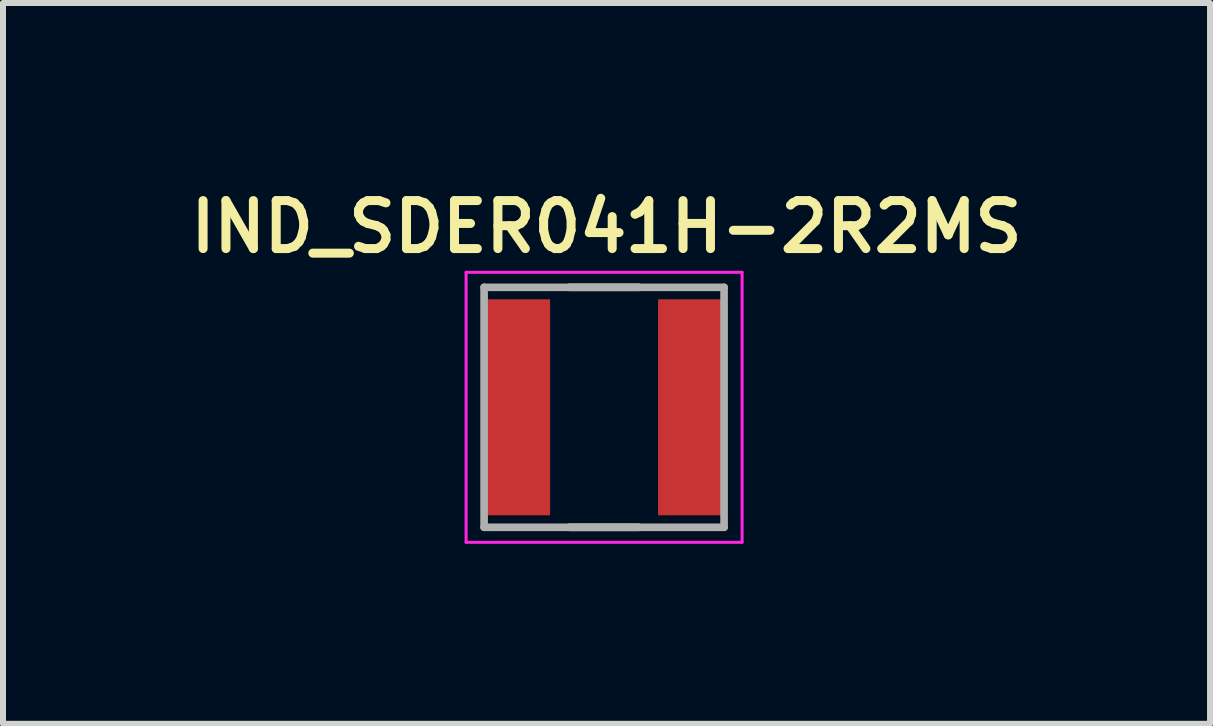
<source format=kicad_pcb>
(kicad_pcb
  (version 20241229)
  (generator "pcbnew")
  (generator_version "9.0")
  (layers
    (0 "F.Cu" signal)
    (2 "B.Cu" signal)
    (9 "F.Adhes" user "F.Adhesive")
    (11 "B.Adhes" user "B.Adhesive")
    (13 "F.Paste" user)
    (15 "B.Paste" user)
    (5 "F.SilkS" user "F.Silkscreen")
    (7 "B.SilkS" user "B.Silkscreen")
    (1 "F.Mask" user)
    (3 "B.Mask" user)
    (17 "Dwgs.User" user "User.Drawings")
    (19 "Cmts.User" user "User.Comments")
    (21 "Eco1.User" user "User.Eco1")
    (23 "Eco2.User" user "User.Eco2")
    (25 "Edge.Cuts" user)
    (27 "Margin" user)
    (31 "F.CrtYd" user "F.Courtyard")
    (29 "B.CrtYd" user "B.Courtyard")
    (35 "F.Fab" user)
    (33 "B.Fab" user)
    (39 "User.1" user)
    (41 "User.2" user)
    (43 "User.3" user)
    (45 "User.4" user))
  (footprint "IND_SDER041H-2R2MS"
    (layer "F.Cu")
    (at 7.019 3.739)
    (property "Reference" "IND_SDER041H-2R2MS" (at 0.04 -3.008 0) (layer "F.SilkS") (effects (font (size 0.8 0.8) (thickness 0.15))))
    (attr smd)
    (fp_line (start -0.58 -2) (end 0.58 -2) (stroke (width 0.127) (type solid)) (layer "F.SilkS"))
    (fp_line (start -0.58 2) (end 0.58 2) (stroke (width 0.127) (type solid)) (layer "F.SilkS"))
    (fp_line (start -2.3 -2.25) (end -2.3 2.25) (stroke (width 0.05) (type solid)) (layer "F.CrtYd"))
    (fp_line (start -2.3 2.25) (end 2.3 2.25) (stroke (width 0.05) (type solid)) (layer "F.CrtYd"))
    (fp_line (start 2.3 -2.25) (end -2.3 -2.25) (stroke (width 0.05) (type solid)) (layer "F.CrtYd"))
    (fp_line (start 2.3 2.25) (end 2.3 -2.25) (stroke (width 0.05) (type solid)) (layer "F.CrtYd"))
    (fp_line (start -2 -2) (end 2 -2) (stroke (width 0.127) (type solid)) (layer "F.Fab"))
    (fp_line (start -2 2) (end -2 -2) (stroke (width 0.127) (type solid)) (layer "F.Fab"))
    (fp_line (start 2 -2) (end 2 2) (stroke (width 0.127) (type solid)) (layer "F.Fab"))
    (fp_line (start 2 2) (end -2 2) (stroke (width 0.127) (type solid)) (layer "F.Fab"))
    (pad "1" smd rect (at -1.475 0) (size 1.15 3.6) (layers "F.Cu" "F.Mask" "F.Paste"))
    (pad "2" smd rect (at 1.475 0) (size 1.15 3.6) (layers "F.Cu" "F.Mask" "F.Paste")))
  (gr_rect
    (start -3 -3)
    (end 17.119 9.014)
    (stroke (width 0.1) (type default))
    (fill no)
    (layer "Edge.Cuts")))
</source>
